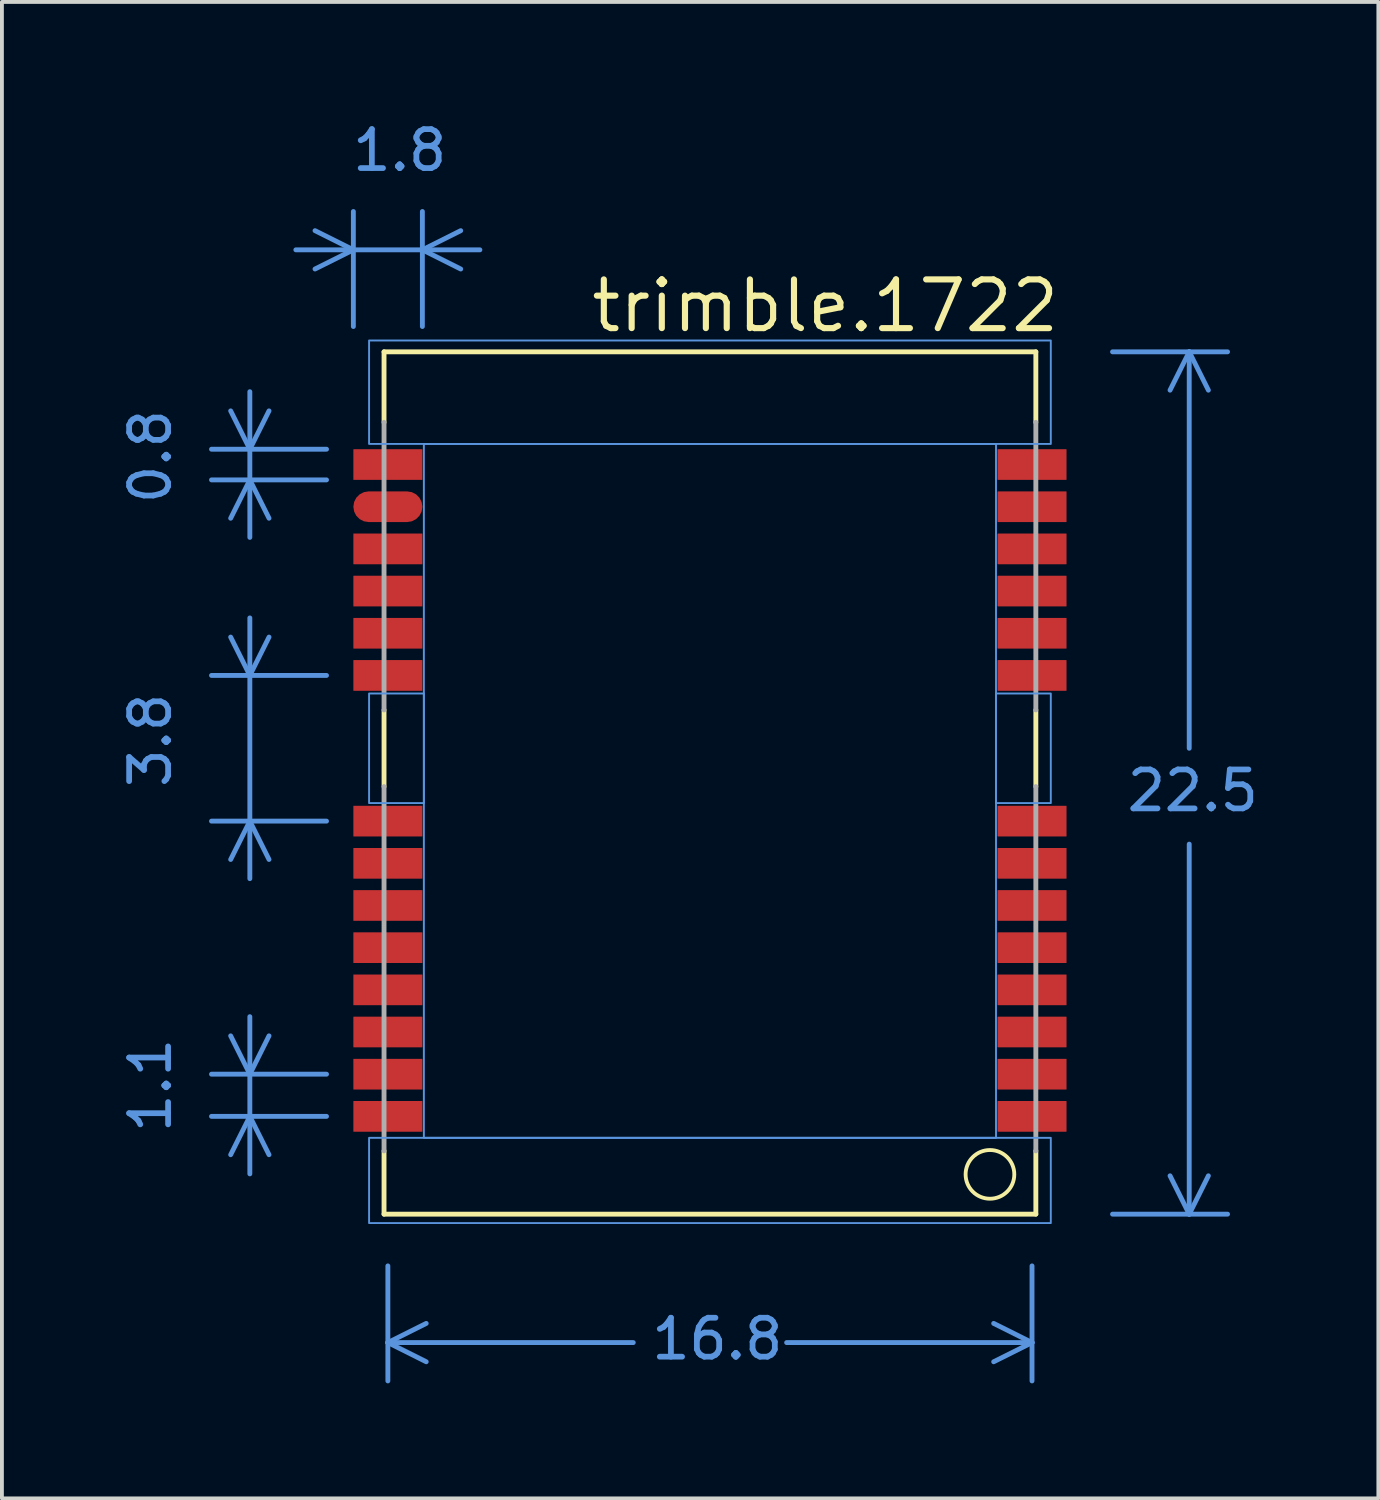
<source format=kicad_pcb>
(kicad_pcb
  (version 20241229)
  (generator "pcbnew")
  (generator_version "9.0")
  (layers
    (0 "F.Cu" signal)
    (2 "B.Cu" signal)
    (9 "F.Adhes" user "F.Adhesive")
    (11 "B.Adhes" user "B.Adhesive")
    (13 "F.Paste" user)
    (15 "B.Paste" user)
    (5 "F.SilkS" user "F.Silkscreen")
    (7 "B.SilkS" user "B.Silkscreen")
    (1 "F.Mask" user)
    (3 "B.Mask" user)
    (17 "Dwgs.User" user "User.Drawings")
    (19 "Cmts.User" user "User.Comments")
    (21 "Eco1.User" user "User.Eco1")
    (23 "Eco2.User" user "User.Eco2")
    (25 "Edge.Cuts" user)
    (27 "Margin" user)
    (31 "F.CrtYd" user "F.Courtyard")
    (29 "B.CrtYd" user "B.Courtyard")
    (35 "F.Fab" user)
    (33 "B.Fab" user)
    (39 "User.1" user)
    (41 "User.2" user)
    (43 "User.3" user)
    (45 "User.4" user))
  (footprint "trimble.1722"
    (layer "F.Cu")
    (at 15.466 16.466)
    (property "Reference" "trimble.1722" (at -3.175 -10.795 0) (layer "F.SilkS") (effects (font (size 1.27 1.27) (thickness 0.16)) (justify left bottom)))
    (attr smd)
    (fp_rect (start -9.55 12.15) (end 9.55 -10.35) (stroke (width 0.05) (type default)) (fill yes) (layer "F.Mask"))
    (fp_line (start -8.5 -10.34) (end -8.5 -8.5) (stroke (width 0.127) (type default)) (layer "F.SilkS"))
    (fp_line (start -8.5 -10.34) (end 8.5 -10.34) (stroke (width 0.127) (type default)) (layer "F.SilkS"))
    (fp_line (start -8.5 -1) (end -8.5 1) (stroke (width 0.127) (type default)) (layer "F.SilkS"))
    (fp_line (start -8.5 12.15) (end -8.5 10.5) (stroke (width 0.127) (type default)) (layer "F.SilkS"))
    (fp_line (start 8.5 -10.34) (end 8.5 -8.5) (stroke (width 0.127) (type default)) (layer "F.SilkS"))
    (fp_line (start 8.5 -1) (end 8.5 1) (stroke (width 0.127) (type default)) (layer "F.SilkS"))
    (fp_line (start 8.5 10.5) (end 8.5 12.15) (stroke (width 0.127) (type default)) (layer "F.SilkS"))
    (fp_line (start 8.5 12.15) (end -8.5 12.15) (stroke (width 0.127) (type default)) (layer "F.SilkS"))
    (fp_circle (center 7.303 11.113) (end 7.938 11.113) (stroke (width 0.1) (type default)) (fill no) (layer "F.SilkS"))
    (fp_line (start -12 -9.3) (end -12 -5.5) (stroke (width 0.127) (type default)) (layer "Cmts.User"))
    (fp_line (start -12 -7.8) (end -12.5 -8.8) (stroke (width 0.127) (type default)) (layer "Cmts.User"))
    (fp_line (start -12 -7.8) (end -11.5 -8.8) (stroke (width 0.127) (type default)) (layer "Cmts.User"))
    (fp_line (start -12 -7) (end -12.5 -6) (stroke (width 0.127) (type default)) (layer "Cmts.User"))
    (fp_line (start -12 -7) (end -11.5 -6) (stroke (width 0.127) (type default)) (layer "Cmts.User"))
    (fp_line (start -12 -3.4) (end -12 3.4) (stroke (width 0.127) (type default)) (layer "Cmts.User"))
    (fp_line (start -12 -1.9) (end -12.5 -2.9) (stroke (width 0.127) (type default)) (layer "Cmts.User"))
    (fp_line (start -12 -1.9) (end -11.5 -2.9) (stroke (width 0.127) (type default)) (layer "Cmts.User"))
    (fp_line (start -12 1.9) (end -12.5 2.9) (stroke (width 0.127) (type default)) (layer "Cmts.User"))
    (fp_line (start -12 1.9) (end -11.5 2.9) (stroke (width 0.127) (type default)) (layer "Cmts.User"))
    (fp_line (start -12 7) (end -12 11.1) (stroke (width 0.127) (type default)) (layer "Cmts.User"))
    (fp_line (start -12 8.5) (end -12.5 7.5) (stroke (width 0.127) (type default)) (layer "Cmts.User"))
    (fp_line (start -12 8.5) (end -11.5 7.5) (stroke (width 0.127) (type default)) (layer "Cmts.User"))
    (fp_line (start -12 9.6) (end -12.5 10.6) (stroke (width 0.127) (type default)) (layer "Cmts.User"))
    (fp_line (start -12 9.6) (end -11.5 10.6) (stroke (width 0.127) (type default)) (layer "Cmts.User"))
    (fp_line (start -10.8 -13) (end -6 -13) (stroke (width 0.127) (type default)) (layer "Cmts.User"))
    (fp_line (start -10 -7.8) (end -13 -7.8) (stroke (width 0.127) (type default)) (layer "Cmts.User"))
    (fp_line (start -10 -7) (end -13 -7) (stroke (width 0.127) (type default)) (layer "Cmts.User"))
    (fp_line (start -10 -1.9) (end -13 -1.9) (stroke (width 0.127) (type default)) (layer "Cmts.User"))
    (fp_line (start -10 1.9) (end -13 1.9) (stroke (width 0.127) (type default)) (layer "Cmts.User"))
    (fp_line (start -10 8.5) (end -13 8.5) (stroke (width 0.127) (type default)) (layer "Cmts.User"))
    (fp_line (start -10 9.6) (end -13 9.6) (stroke (width 0.127) (type default)) (layer "Cmts.User"))
    (fp_line (start -9.3 -13) (end -10.3 -13.5) (stroke (width 0.127) (type default)) (layer "Cmts.User"))
    (fp_line (start -9.3 -13) (end -10.3 -12.5) (stroke (width 0.127) (type default)) (layer "Cmts.User"))
    (fp_line (start -9.3 -11) (end -9.3 -14) (stroke (width 0.127) (type default)) (layer "Cmts.User"))
    (fp_line (start -8.4 13.5) (end -8.4 15.5) (stroke (width 0.127) (type default)) (layer "Cmts.User"))
    (fp_line (start -8.4 15.5) (end -8.4 16.5) (stroke (width 0.127) (type default)) (layer "Cmts.User"))
    (fp_line (start -8.4 15.5) (end -7.4 15) (stroke (width 0.127) (type default)) (layer "Cmts.User"))
    (fp_line (start -8.4 15.5) (end -7.4 16) (stroke (width 0.127) (type default)) (layer "Cmts.User"))
    (fp_line (start -8.4 15.5) (end -2 15.5) (stroke (width 0.127) (type default)) (layer "Cmts.User"))
    (fp_line (start -7.5 -13) (end -6.5 -13.5) (stroke (width 0.127) (type default)) (layer "Cmts.User"))
    (fp_line (start -7.5 -13) (end -6.5 -12.5) (stroke (width 0.127) (type default)) (layer "Cmts.User"))
    (fp_line (start -7.5 -11) (end -7.5 -14) (stroke (width 0.127) (type default)) (layer "Cmts.User"))
    (fp_line (start 2 15.5) (end 8.4 15.5) (stroke (width 0.127) (type default)) (layer "Cmts.User"))
    (fp_line (start 8.4 13.5) (end 8.4 15.5) (stroke (width 0.127) (type default)) (layer "Cmts.User"))
    (fp_line (start 8.4 15.5) (end 7.4 15) (stroke (width 0.127) (type default)) (layer "Cmts.User"))
    (fp_line (start 8.4 15.5) (end 7.4 16) (stroke (width 0.127) (type default)) (layer "Cmts.User"))
    (fp_line (start 8.4 15.5) (end 8.4 16.5) (stroke (width 0.127) (type default)) (layer "Cmts.User"))
    (fp_line (start 10.5 -10.34) (end 12.5 -10.34) (stroke (width 0.127) (type default)) (layer "Cmts.User"))
    (fp_line (start 10.5 12.15) (end 12.5 12.15) (stroke (width 0.127) (type default)) (layer "Cmts.User"))
    (fp_line (start 12.5 -10.34) (end 12 -9.34) (stroke (width 0.127) (type default)) (layer "Cmts.User"))
    (fp_line (start 12.5 -10.34) (end 13 -9.34) (stroke (width 0.127) (type default)) (layer "Cmts.User"))
    (fp_line (start 12.5 -10.34) (end 13.5 -10.34) (stroke (width 0.127) (type default)) (layer "Cmts.User"))
    (fp_line (start 12.5 0) (end 12.5 -10.34) (stroke (width 0.127) (type default)) (layer "Cmts.User"))
    (fp_line (start 12.5 12.15) (end 12 11.15) (stroke (width 0.127) (type default)) (layer "Cmts.User"))
    (fp_line (start 12.5 12.15) (end 12.5 2.5) (stroke (width 0.127) (type default)) (layer "Cmts.User"))
    (fp_line (start 12.5 12.15) (end 13 11.15) (stroke (width 0.127) (type default)) (layer "Cmts.User"))
    (fp_line (start 12.5 12.15) (end 13.5 12.15) (stroke (width 0.127) (type default)) (layer "Cmts.User"))
    (fp_rect (start -8.89 -7.938) (end 8.89 -10.636) (stroke (width 0.05) (type default)) (fill no) (layer "Cmts.User"))
    (fp_rect (start -8.89 1.429) (end -7.461 -1.429) (stroke (width 0.05) (type default)) (fill no) (layer "Cmts.User"))
    (fp_rect (start -8.89 12.383) (end 8.89 10.16) (stroke (width 0.05) (type default)) (fill no) (layer "Cmts.User"))
    (fp_rect (start -7.461 10.16) (end 7.461 -7.938) (stroke (width 0.05) (type default)) (fill no) (layer "Cmts.User"))
    (fp_rect (start 7.461 1.429) (end 8.89 -1.429) (stroke (width 0.05) (type default)) (fill no) (layer "Cmts.User"))
    (fp_line (start -8.5 -1) (end -8.5 -8.5) (stroke (width 0.127) (type default)) (layer "F.Fab"))
    (fp_line (start -8.5 10.5) (end -8.5 1) (stroke (width 0.127) (type default)) (layer "F.Fab"))
    (fp_line (start 8.5 -8.5) (end 8.5 -1) (stroke (width 0.127) (type default)) (layer "F.Fab"))
    (fp_line (start 8.5 1) (end 8.5 10.5) (stroke (width 0.127) (type default)) (layer "F.Fab"))
    (fp_text user "1.8" (at -9.4 -15 0) (layer "Cmts.User") (effects (font (size 1.016 1.016) (thickness 0.15)) (justify left bottom)))
    (fp_text user "0.8" (at -14 -6.3 90) (layer "Cmts.User") (effects (font (size 1.016 1.016) (thickness 0.15)) (justify left bottom)))
    (fp_text user "1.1" (at -14 10.1 90) (layer "Cmts.User") (effects (font (size 1.016 1.016) (thickness 0.15)) (justify left bottom)))
    (fp_text user "3.8" (at -14 1.1 90) (layer "Cmts.User") (effects (font (size 1.016 1.016) (thickness 0.15)) (justify left bottom)))
    (fp_text user "22.5" (at 10.8 1.7 0) (layer "Cmts.User") (effects (font (size 1.016 1.016) (thickness 0.15)) (justify left bottom)))
    (fp_text user "16.8" (at -1.6 16 0) (layer "Cmts.User") (effects (font (size 1.016 1.016) (thickness 0.15)) (justify left bottom)))
    (pad "1" smd roundrect (at 8.4 9.6) (size 1.8 0.8) (layers "F.Cu" "F.Mask" "F.Paste") (roundrect_rratio 0.01))
    (pad "2" smd roundrect (at 8.4 8.5) (size 1.8 0.8) (layers "F.Cu" "F.Mask" "F.Paste") (roundrect_rratio 0.01))
    (pad "3" smd roundrect (at 8.4 7.4) (size 1.8 0.8) (layers "F.Cu" "F.Mask" "F.Paste") (roundrect_rratio 0.01))
    (pad "4" smd roundrect (at 8.4 6.3) (size 1.8 0.8) (layers "F.Cu" "F.Mask" "F.Paste") (roundrect_rratio 0.01))
    (pad "5" smd roundrect (at 8.4 5.2) (size 1.8 0.8) (layers "F.Cu" "F.Mask" "F.Paste") (roundrect_rratio 0.01))
    (pad "6" smd roundrect (at 8.4 4.1) (size 1.8 0.8) (layers "F.Cu" "F.Mask" "F.Paste") (roundrect_rratio 0.01))
    (pad "7" smd roundrect (at 8.4 3) (size 1.8 0.8) (layers "F.Cu" "F.Mask" "F.Paste") (roundrect_rratio 0.01))
    (pad "8" smd roundrect (at 8.4 1.9) (size 1.8 0.8) (layers "F.Cu" "F.Mask" "F.Paste") (roundrect_rratio 0.01))
    (pad "9" smd roundrect (at 8.4 -1.9) (size 1.8 0.8) (layers "F.Cu" "F.Mask" "F.Paste") (roundrect_rratio 0.01))
    (pad "10" smd roundrect (at 8.4 -3) (size 1.8 0.8) (layers "F.Cu" "F.Mask" "F.Paste") (roundrect_rratio 0.01))
    (pad "11" smd roundrect (at 8.4 -4.1) (size 1.8 0.8) (layers "F.Cu" "F.Mask" "F.Paste") (roundrect_rratio 0.01))
    (pad "12" smd roundrect (at 8.4 -5.2) (size 1.8 0.8) (layers "F.Cu" "F.Mask" "F.Paste") (roundrect_rratio 0.01))
    (pad "13" smd roundrect (at 8.4 -6.3) (size 1.8 0.8) (layers "F.Cu" "F.Mask" "F.Paste") (roundrect_rratio 0.01))
    (pad "14" smd roundrect (at 8.4 -7.4) (size 1.8 0.8) (layers "F.Cu" "F.Mask" "F.Paste") (roundrect_rratio 0.01))
    (pad "15" smd roundrect (at -8.4 -7.4) (size 1.8 0.8) (layers "F.Cu" "F.Mask" "F.Paste") (roundrect_rratio 0.01))
    (pad "16" smd roundrect (at -8.4 -6.3) (size 1.8 0.8) (layers "F.Cu" "F.Mask" "F.Paste") (roundrect_rratio 0.5))
    (pad "17" smd roundrect (at -8.4 -5.2) (size 1.8 0.8) (layers "F.Cu" "F.Mask" "F.Paste") (roundrect_rratio 0.01))
    (pad "18" smd roundrect (at -8.4 -4.1) (size 1.8 0.8) (layers "F.Cu" "F.Mask" "F.Paste") (roundrect_rratio 0.01))
    (pad "19" smd roundrect (at -8.4 -3) (size 1.8 0.8) (layers "F.Cu" "F.Mask" "F.Paste") (roundrect_rratio 0.01))
    (pad "20" smd roundrect (at -8.4 -1.9) (size 1.8 0.8) (layers "F.Cu" "F.Mask" "F.Paste") (roundrect_rratio 0.01))
    (pad "21" smd roundrect (at -8.4 1.9) (size 1.8 0.8) (layers "F.Cu" "F.Mask" "F.Paste") (roundrect_rratio 0.01))
    (pad "22" smd roundrect (at -8.4 3) (size 1.8 0.8) (layers "F.Cu" "F.Mask" "F.Paste") (roundrect_rratio 0.01))
    (pad "23" smd roundrect (at -8.4 4.1) (size 1.8 0.8) (layers "F.Cu" "F.Mask" "F.Paste") (roundrect_rratio 0.01))
    (pad "24" smd roundrect (at -8.4 5.2) (size 1.8 0.8) (layers "F.Cu" "F.Mask" "F.Paste") (roundrect_rratio 0.01))
    (pad "25" smd roundrect (at -8.4 6.3) (size 1.8 0.8) (layers "F.Cu" "F.Mask" "F.Paste") (roundrect_rratio 0.01))
    (pad "26" smd roundrect (at -8.4 7.4) (size 1.8 0.8) (layers "F.Cu" "F.Mask" "F.Paste") (roundrect_rratio 0.01))
    (pad "27" smd roundrect (at -8.4 8.5) (size 1.8 0.8) (layers "F.Cu" "F.Mask" "F.Paste") (roundrect_rratio 0.01))
    (pad "28" smd roundrect (at -8.4 9.6) (size 1.8 0.8) (layers "F.Cu" "F.Mask" "F.Paste") (roundrect_rratio 0.01)))
  (gr_rect
    (start -3 -3)
    (end 32.899 36.029)
    (stroke (width 0.1) (type default))
    (fill no)
    (layer "Edge.Cuts")))
</source>
